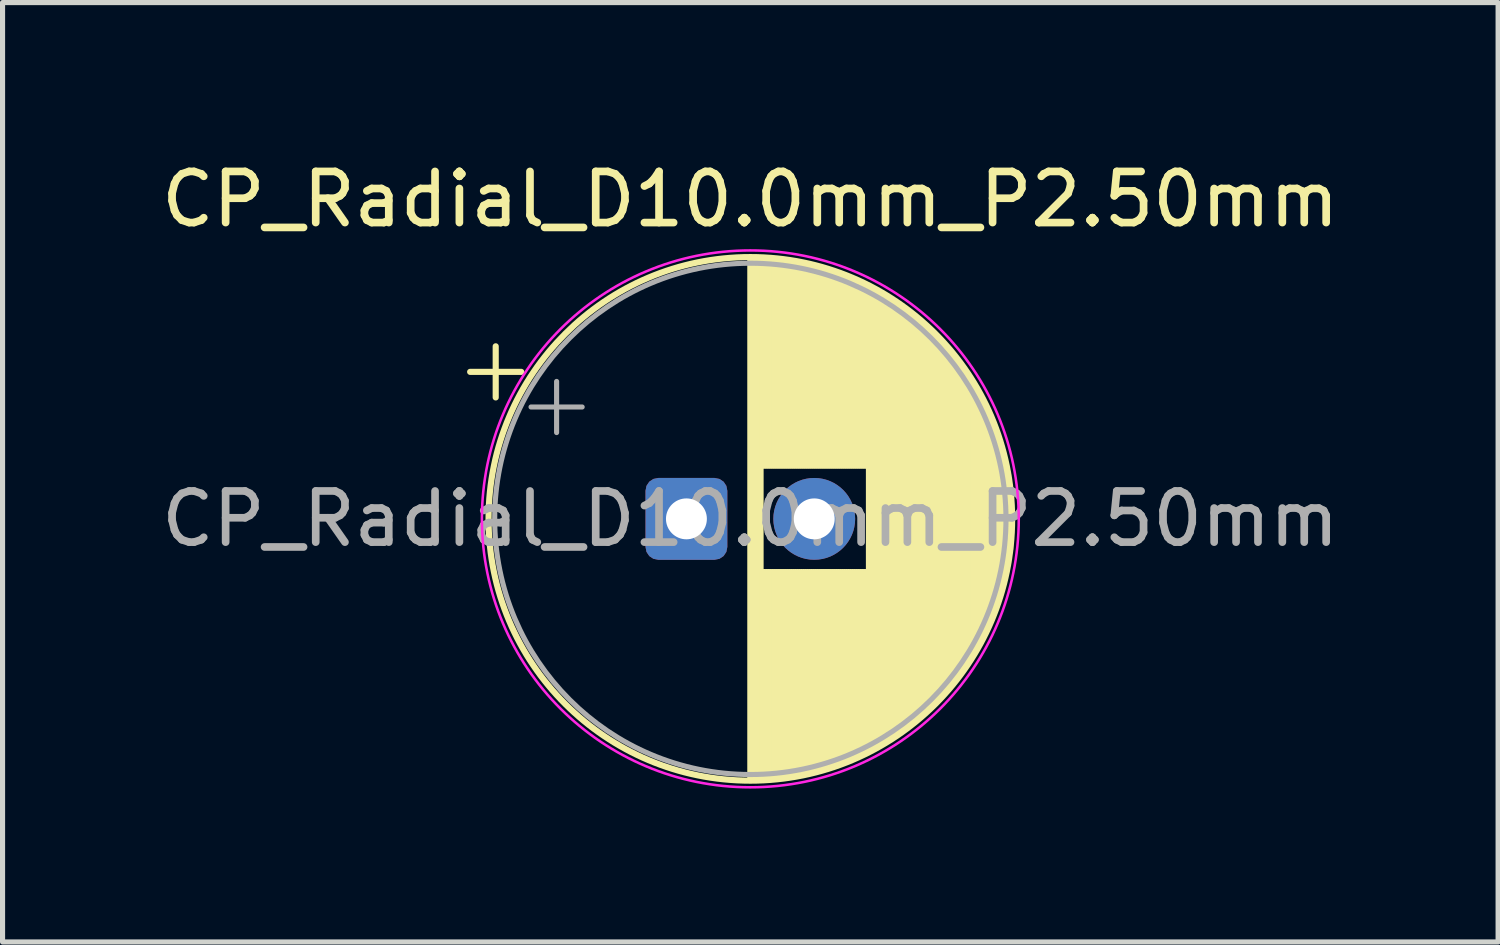
<source format=kicad_pcb>
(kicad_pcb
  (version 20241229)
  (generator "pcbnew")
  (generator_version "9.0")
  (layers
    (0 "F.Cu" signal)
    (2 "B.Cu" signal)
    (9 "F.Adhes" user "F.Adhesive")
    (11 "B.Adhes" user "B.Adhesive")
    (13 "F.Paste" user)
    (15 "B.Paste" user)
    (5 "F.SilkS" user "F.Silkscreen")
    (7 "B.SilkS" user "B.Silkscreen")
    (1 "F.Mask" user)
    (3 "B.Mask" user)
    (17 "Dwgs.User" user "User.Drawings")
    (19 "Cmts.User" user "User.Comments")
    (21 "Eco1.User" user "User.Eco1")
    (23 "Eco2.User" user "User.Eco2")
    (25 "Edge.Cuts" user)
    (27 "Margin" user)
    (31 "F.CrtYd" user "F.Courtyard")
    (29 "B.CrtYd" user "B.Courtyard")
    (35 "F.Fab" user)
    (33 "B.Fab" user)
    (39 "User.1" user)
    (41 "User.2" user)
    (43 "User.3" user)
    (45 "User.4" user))
  (footprint "CP_Radial_D10.0mm_P2.50mm"
    (layer "F.Cu")
    (at 10.375 7.098)
    (property "Reference" "CP_Radial_D10.0mm_P2.50mm" (at 1.25 -6.25 0) (layer "F.SilkS") (effects (font (size 1 1) (thickness 0.15))))
    (attr through_hole)
    (fp_line (start -4.23 -2.875) (end -3.23 -2.875) (stroke (width 0.12) (type solid)) (layer "F.SilkS"))
    (fp_line (start -3.73 -3.375) (end -3.73 -2.375) (stroke (width 0.12) (type solid)) (layer "F.SilkS"))
    (fp_line (start 1.25 -5.08) (end 1.25 5.08) (stroke (width 0.12) (type solid)) (layer "F.SilkS"))
    (fp_line (start 1.29 -5.08) (end 1.29 5.08) (stroke (width 0.12) (type solid)) (layer "F.SilkS"))
    (fp_line (start 1.33 -5.079) (end 1.33 5.079) (stroke (width 0.12) (type solid)) (layer "F.SilkS"))
    (fp_line (start 1.37 -5.079) (end 1.37 5.079) (stroke (width 0.12) (type solid)) (layer "F.SilkS"))
    (fp_line (start 1.41 -5.077) (end 1.41 5.077) (stroke (width 0.12) (type solid)) (layer "F.SilkS"))
    (fp_line (start 1.45 -5.076) (end 1.45 5.076) (stroke (width 0.12) (type solid)) (layer "F.SilkS"))
    (fp_line (start 1.49 -5.074) (end 1.49 -1.04) (stroke (width 0.12) (type solid)) (layer "F.SilkS"))
    (fp_line (start 1.49 1.04) (end 1.49 5.074) (stroke (width 0.12) (type solid)) (layer "F.SilkS"))
    (fp_line (start 1.53 -5.072) (end 1.53 -1.04) (stroke (width 0.12) (type solid)) (layer "F.SilkS"))
    (fp_line (start 1.53 1.04) (end 1.53 5.072) (stroke (width 0.12) (type solid)) (layer "F.SilkS"))
    (fp_line (start 1.57 -5.07) (end 1.57 -1.04) (stroke (width 0.12) (type solid)) (layer "F.SilkS"))
    (fp_line (start 1.57 1.04) (end 1.57 5.07) (stroke (width 0.12) (type solid)) (layer "F.SilkS"))
    (fp_line (start 1.61 -5.067) (end 1.61 -1.04) (stroke (width 0.12) (type solid)) (layer "F.SilkS"))
    (fp_line (start 1.61 1.04) (end 1.61 5.067) (stroke (width 0.12) (type solid)) (layer "F.SilkS"))
    (fp_line (start 1.65 -5.064) (end 1.65 -1.04) (stroke (width 0.12) (type solid)) (layer "F.SilkS"))
    (fp_line (start 1.65 1.04) (end 1.65 5.064) (stroke (width 0.12) (type solid)) (layer "F.SilkS"))
    (fp_line (start 1.69 -5.061) (end 1.69 -1.04) (stroke (width 0.12) (type solid)) (layer "F.SilkS"))
    (fp_line (start 1.69 1.04) (end 1.69 5.061) (stroke (width 0.12) (type solid)) (layer "F.SilkS"))
    (fp_line (start 1.73 -5.057) (end 1.73 -1.04) (stroke (width 0.12) (type solid)) (layer "F.SilkS"))
    (fp_line (start 1.73 1.04) (end 1.73 5.057) (stroke (width 0.12) (type solid)) (layer "F.SilkS"))
    (fp_line (start 1.77 -5.054) (end 1.77 -1.04) (stroke (width 0.12) (type solid)) (layer "F.SilkS"))
    (fp_line (start 1.77 1.04) (end 1.77 5.054) (stroke (width 0.12) (type solid)) (layer "F.SilkS"))
    (fp_line (start 1.81 -5.049) (end 1.81 -1.04) (stroke (width 0.12) (type solid)) (layer "F.SilkS"))
    (fp_line (start 1.81 1.04) (end 1.81 5.049) (stroke (width 0.12) (type solid)) (layer "F.SilkS"))
    (fp_line (start 1.85 -5.045) (end 1.85 -1.04) (stroke (width 0.12) (type solid)) (layer "F.SilkS"))
    (fp_line (start 1.85 1.04) (end 1.85 5.045) (stroke (width 0.12) (type solid)) (layer "F.SilkS"))
    (fp_line (start 1.89 -5.04) (end 1.89 -1.04) (stroke (width 0.12) (type solid)) (layer "F.SilkS"))
    (fp_line (start 1.89 1.04) (end 1.89 5.04) (stroke (width 0.12) (type solid)) (layer "F.SilkS"))
    (fp_line (start 1.93 -5.035) (end 1.93 -1.04) (stroke (width 0.12) (type solid)) (layer "F.SilkS"))
    (fp_line (start 1.93 1.04) (end 1.93 5.035) (stroke (width 0.12) (type solid)) (layer "F.SilkS"))
    (fp_line (start 1.97 -5.029) (end 1.97 -1.04) (stroke (width 0.12) (type solid)) (layer "F.SilkS"))
    (fp_line (start 1.97 1.04) (end 1.97 5.029) (stroke (width 0.12) (type solid)) (layer "F.SilkS"))
    (fp_line (start 2.01 -5.023) (end 2.01 -1.04) (stroke (width 0.12) (type solid)) (layer "F.SilkS"))
    (fp_line (start 2.01 1.04) (end 2.01 5.023) (stroke (width 0.12) (type solid)) (layer "F.SilkS"))
    (fp_line (start 2.05 -5.017) (end 2.05 -1.04) (stroke (width 0.12) (type solid)) (layer "F.SilkS"))
    (fp_line (start 2.05 1.04) (end 2.05 5.017) (stroke (width 0.12) (type solid)) (layer "F.SilkS"))
    (fp_line (start 2.09 -5.011) (end 2.09 -1.04) (stroke (width 0.12) (type solid)) (layer "F.SilkS"))
    (fp_line (start 2.09 1.04) (end 2.09 5.011) (stroke (width 0.12) (type solid)) (layer "F.SilkS"))
    (fp_line (start 2.13 -5.004) (end 2.13 -1.04) (stroke (width 0.12) (type solid)) (layer "F.SilkS"))
    (fp_line (start 2.13 1.04) (end 2.13 5.004) (stroke (width 0.12) (type solid)) (layer "F.SilkS"))
    (fp_line (start 2.17 -4.997) (end 2.17 -1.04) (stroke (width 0.12) (type solid)) (layer "F.SilkS"))
    (fp_line (start 2.17 1.04) (end 2.17 4.997) (stroke (width 0.12) (type solid)) (layer "F.SilkS"))
    (fp_line (start 2.21 -4.989) (end 2.21 -1.04) (stroke (width 0.12) (type solid)) (layer "F.SilkS"))
    (fp_line (start 2.21 1.04) (end 2.21 4.989) (stroke (width 0.12) (type solid)) (layer "F.SilkS"))
    (fp_line (start 2.25 -4.981) (end 2.25 -1.04) (stroke (width 0.12) (type solid)) (layer "F.SilkS"))
    (fp_line (start 2.25 1.04) (end 2.25 4.981) (stroke (width 0.12) (type solid)) (layer "F.SilkS"))
    (fp_line (start 2.29 -4.973) (end 2.29 -1.04) (stroke (width 0.12) (type solid)) (layer "F.SilkS"))
    (fp_line (start 2.29 1.04) (end 2.29 4.973) (stroke (width 0.12) (type solid)) (layer "F.SilkS"))
    (fp_line (start 2.33 -4.965) (end 2.33 -1.04) (stroke (width 0.12) (type solid)) (layer "F.SilkS"))
    (fp_line (start 2.33 1.04) (end 2.33 4.965) (stroke (width 0.12) (type solid)) (layer "F.SilkS"))
    (fp_line (start 2.37 -4.956) (end 2.37 -1.04) (stroke (width 0.12) (type solid)) (layer "F.SilkS"))
    (fp_line (start 2.37 1.04) (end 2.37 4.956) (stroke (width 0.12) (type solid)) (layer "F.SilkS"))
    (fp_line (start 2.41 -4.947) (end 2.41 -1.04) (stroke (width 0.12) (type solid)) (layer "F.SilkS"))
    (fp_line (start 2.41 1.04) (end 2.41 4.947) (stroke (width 0.12) (type solid)) (layer "F.SilkS"))
    (fp_line (start 2.45 -4.937) (end 2.45 -1.04) (stroke (width 0.12) (type solid)) (layer "F.SilkS"))
    (fp_line (start 2.45 1.04) (end 2.45 4.937) (stroke (width 0.12) (type solid)) (layer "F.SilkS"))
    (fp_line (start 2.49 -4.928) (end 2.49 -1.04) (stroke (width 0.12) (type solid)) (layer "F.SilkS"))
    (fp_line (start 2.49 1.04) (end 2.49 4.928) (stroke (width 0.12) (type solid)) (layer "F.SilkS"))
    (fp_line (start 2.53 -4.917) (end 2.53 -1.04) (stroke (width 0.12) (type solid)) (layer "F.SilkS"))
    (fp_line (start 2.53 1.04) (end 2.53 4.917) (stroke (width 0.12) (type solid)) (layer "F.SilkS"))
    (fp_line (start 2.57 -4.907) (end 2.57 -1.04) (stroke (width 0.12) (type solid)) (layer "F.SilkS"))
    (fp_line (start 2.57 1.04) (end 2.57 4.907) (stroke (width 0.12) (type solid)) (layer "F.SilkS"))
    (fp_line (start 2.61 -4.896) (end 2.61 -1.04) (stroke (width 0.12) (type solid)) (layer "F.SilkS"))
    (fp_line (start 2.61 1.04) (end 2.61 4.896) (stroke (width 0.12) (type solid)) (layer "F.SilkS"))
    (fp_line (start 2.65 -4.885) (end 2.65 -1.04) (stroke (width 0.12) (type solid)) (layer "F.SilkS"))
    (fp_line (start 2.65 1.04) (end 2.65 4.885) (stroke (width 0.12) (type solid)) (layer "F.SilkS"))
    (fp_line (start 2.69 -4.873) (end 2.69 -1.04) (stroke (width 0.12) (type solid)) (layer "F.SilkS"))
    (fp_line (start 2.69 1.04) (end 2.69 4.873) (stroke (width 0.12) (type solid)) (layer "F.SilkS"))
    (fp_line (start 2.73 -4.861) (end 2.73 -1.04) (stroke (width 0.12) (type solid)) (layer "F.SilkS"))
    (fp_line (start 2.73 1.04) (end 2.73 4.861) (stroke (width 0.12) (type solid)) (layer "F.SilkS"))
    (fp_line (start 2.77 -4.849) (end 2.77 -1.04) (stroke (width 0.12) (type solid)) (layer "F.SilkS"))
    (fp_line (start 2.77 1.04) (end 2.77 4.849) (stroke (width 0.12) (type solid)) (layer "F.SilkS"))
    (fp_line (start 2.81 -4.837) (end 2.81 -1.04) (stroke (width 0.12) (type solid)) (layer "F.SilkS"))
    (fp_line (start 2.81 1.04) (end 2.81 4.837) (stroke (width 0.12) (type solid)) (layer "F.SilkS"))
    (fp_line (start 2.85 -4.824) (end 2.85 -1.04) (stroke (width 0.12) (type solid)) (layer "F.SilkS"))
    (fp_line (start 2.85 1.04) (end 2.85 4.824) (stroke (width 0.12) (type solid)) (layer "F.SilkS"))
    (fp_line (start 2.89 -4.81) (end 2.89 -1.04) (stroke (width 0.12) (type solid)) (layer "F.SilkS"))
    (fp_line (start 2.89 1.04) (end 2.89 4.81) (stroke (width 0.12) (type solid)) (layer "F.SilkS"))
    (fp_line (start 2.93 -4.797) (end 2.93 -1.04) (stroke (width 0.12) (type solid)) (layer "F.SilkS"))
    (fp_line (start 2.93 1.04) (end 2.93 4.797) (stroke (width 0.12) (type solid)) (layer "F.SilkS"))
    (fp_line (start 2.97 -4.782) (end 2.97 -1.04) (stroke (width 0.12) (type solid)) (layer "F.SilkS"))
    (fp_line (start 2.97 1.04) (end 2.97 4.782) (stroke (width 0.12) (type solid)) (layer "F.SilkS"))
    (fp_line (start 3.01 -4.768) (end 3.01 -1.04) (stroke (width 0.12) (type solid)) (layer "F.SilkS"))
    (fp_line (start 3.01 1.04) (end 3.01 4.768) (stroke (width 0.12) (type solid)) (layer "F.SilkS"))
    (fp_line (start 3.05 -4.753) (end 3.05 -1.04) (stroke (width 0.12) (type solid)) (layer "F.SilkS"))
    (fp_line (start 3.05 1.04) (end 3.05 4.753) (stroke (width 0.12) (type solid)) (layer "F.SilkS"))
    (fp_line (start 3.09 -4.738) (end 3.09 -1.04) (stroke (width 0.12) (type solid)) (layer "F.SilkS"))
    (fp_line (start 3.09 1.04) (end 3.09 4.738) (stroke (width 0.12) (type solid)) (layer "F.SilkS"))
    (fp_line (start 3.13 -4.722) (end 3.13 -1.04) (stroke (width 0.12) (type solid)) (layer "F.SilkS"))
    (fp_line (start 3.13 1.04) (end 3.13 4.722) (stroke (width 0.12) (type solid)) (layer "F.SilkS"))
    (fp_line (start 3.17 -4.706) (end 3.17 -1.04) (stroke (width 0.12) (type solid)) (layer "F.SilkS"))
    (fp_line (start 3.17 1.04) (end 3.17 4.706) (stroke (width 0.12) (type solid)) (layer "F.SilkS"))
    (fp_line (start 3.21 -4.69) (end 3.21 -1.04) (stroke (width 0.12) (type solid)) (layer "F.SilkS"))
    (fp_line (start 3.21 1.04) (end 3.21 4.69) (stroke (width 0.12) (type solid)) (layer "F.SilkS"))
    (fp_line (start 3.25 -4.673) (end 3.25 -1.04) (stroke (width 0.12) (type solid)) (layer "F.SilkS"))
    (fp_line (start 3.25 1.04) (end 3.25 4.673) (stroke (width 0.12) (type solid)) (layer "F.SilkS"))
    (fp_line (start 3.29 -4.656) (end 3.29 -1.04) (stroke (width 0.12) (type solid)) (layer "F.SilkS"))
    (fp_line (start 3.29 1.04) (end 3.29 4.656) (stroke (width 0.12) (type solid)) (layer "F.SilkS"))
    (fp_line (start 3.33 -4.638) (end 3.33 -1.04) (stroke (width 0.12) (type solid)) (layer "F.SilkS"))
    (fp_line (start 3.33 1.04) (end 3.33 4.638) (stroke (width 0.12) (type solid)) (layer "F.SilkS"))
    (fp_line (start 3.37 -4.62) (end 3.37 -1.04) (stroke (width 0.12) (type solid)) (layer "F.SilkS"))
    (fp_line (start 3.37 1.04) (end 3.37 4.62) (stroke (width 0.12) (type solid)) (layer "F.SilkS"))
    (fp_line (start 3.41 -4.602) (end 3.41 -1.04) (stroke (width 0.12) (type solid)) (layer "F.SilkS"))
    (fp_line (start 3.41 1.04) (end 3.41 4.602) (stroke (width 0.12) (type solid)) (layer "F.SilkS"))
    (fp_line (start 3.45 -4.583) (end 3.45 -1.04) (stroke (width 0.12) (type solid)) (layer "F.SilkS"))
    (fp_line (start 3.45 1.04) (end 3.45 4.583) (stroke (width 0.12) (type solid)) (layer "F.SilkS"))
    (fp_line (start 3.49 -4.564) (end 3.49 -1.04) (stroke (width 0.12) (type solid)) (layer "F.SilkS"))
    (fp_line (start 3.49 1.04) (end 3.49 4.564) (stroke (width 0.12) (type solid)) (layer "F.SilkS"))
    (fp_line (start 3.53 -4.544) (end 3.53 -1.04) (stroke (width 0.12) (type solid)) (layer "F.SilkS"))
    (fp_line (start 3.53 1.04) (end 3.53 4.544) (stroke (width 0.12) (type solid)) (layer "F.SilkS"))
    (fp_line (start 3.57 -4.524) (end 3.57 4.524) (stroke (width 0.12) (type solid)) (layer "F.SilkS"))
    (fp_line (start 3.61 -4.504) (end 3.61 4.504) (stroke (width 0.12) (type solid)) (layer "F.SilkS"))
    (fp_line (start 3.65 -4.483) (end 3.65 4.483) (stroke (width 0.12) (type solid)) (layer "F.SilkS"))
    (fp_line (start 3.69 -4.461) (end 3.69 4.461) (stroke (width 0.12) (type solid)) (layer "F.SilkS"))
    (fp_line (start 3.73 -4.439) (end 3.73 4.439) (stroke (width 0.12) (type solid)) (layer "F.SilkS"))
    (fp_line (start 3.77 -4.417) (end 3.77 4.417) (stroke (width 0.12) (type solid)) (layer "F.SilkS"))
    (fp_line (start 3.81 -4.394) (end 3.81 4.394) (stroke (width 0.12) (type solid)) (layer "F.SilkS"))
    (fp_line (start 3.85 -4.371) (end 3.85 4.371) (stroke (width 0.12) (type solid)) (layer "F.SilkS"))
    (fp_line (start 3.89 -4.347) (end 3.89 4.347) (stroke (width 0.12) (type solid)) (layer "F.SilkS"))
    (fp_line (start 3.93 -4.323) (end 3.93 4.323) (stroke (width 0.12) (type solid)) (layer "F.SilkS"))
    (fp_line (start 3.97 -4.298) (end 3.97 4.298) (stroke (width 0.12) (type solid)) (layer "F.SilkS"))
    (fp_line (start 4.01 -4.272) (end 4.01 4.272) (stroke (width 0.12) (type solid)) (layer "F.SilkS"))
    (fp_line (start 4.05 -4.247) (end 4.05 4.247) (stroke (width 0.12) (type solid)) (layer "F.SilkS"))
    (fp_line (start 4.09 -4.22) (end 4.09 4.22) (stroke (width 0.12) (type solid)) (layer "F.SilkS"))
    (fp_line (start 4.13 -4.193) (end 4.13 4.193) (stroke (width 0.12) (type solid)) (layer "F.SilkS"))
    (fp_line (start 4.17 -4.166) (end 4.17 4.166) (stroke (width 0.12) (type solid)) (layer "F.SilkS"))
    (fp_line (start 4.21 -4.138) (end 4.21 4.138) (stroke (width 0.12) (type solid)) (layer "F.SilkS"))
    (fp_line (start 4.25 -4.109) (end 4.25 4.109) (stroke (width 0.12) (type solid)) (layer "F.SilkS"))
    (fp_line (start 4.29 -4.08) (end 4.29 4.08) (stroke (width 0.12) (type solid)) (layer "F.SilkS"))
    (fp_line (start 4.33 -4.05) (end 4.33 4.05) (stroke (width 0.12) (type solid)) (layer "F.SilkS"))
    (fp_line (start 4.37 -4.02) (end 4.37 4.02) (stroke (width 0.12) (type solid)) (layer "F.SilkS"))
    (fp_line (start 4.41 -3.988) (end 4.41 3.988) (stroke (width 0.12) (type solid)) (layer "F.SilkS"))
    (fp_line (start 4.45 -3.957) (end 4.45 3.957) (stroke (width 0.12) (type solid)) (layer "F.SilkS"))
    (fp_line (start 4.49 -3.924) (end 4.49 3.924) (stroke (width 0.12) (type solid)) (layer "F.SilkS"))
    (fp_line (start 4.53 -3.891) (end 4.53 3.891) (stroke (width 0.12) (type solid)) (layer "F.SilkS"))
    (fp_line (start 4.57 -3.858) (end 4.57 3.858) (stroke (width 0.12) (type solid)) (layer "F.SilkS"))
    (fp_line (start 4.61 -3.823) (end 4.61 3.823) (stroke (width 0.12) (type solid)) (layer "F.SilkS"))
    (fp_line (start 4.65 -3.788) (end 4.65 3.788) (stroke (width 0.12) (type solid)) (layer "F.SilkS"))
    (fp_line (start 4.69 -3.752) (end 4.69 3.752) (stroke (width 0.12) (type solid)) (layer "F.SilkS"))
    (fp_line (start 4.73 -3.716) (end 4.73 3.716) (stroke (width 0.12) (type solid)) (layer "F.SilkS"))
    (fp_line (start 4.77 -3.678) (end 4.77 3.678) (stroke (width 0.12) (type solid)) (layer "F.SilkS"))
    (fp_line (start 4.81 -3.64) (end 4.81 3.64) (stroke (width 0.12) (type solid)) (layer "F.SilkS"))
    (fp_line (start 4.85 -3.601) (end 4.85 3.601) (stroke (width 0.12) (type solid)) (layer "F.SilkS"))
    (fp_line (start 4.89 -3.561) (end 4.89 3.561) (stroke (width 0.12) (type solid)) (layer "F.SilkS"))
    (fp_line (start 4.93 -3.52) (end 4.93 3.52) (stroke (width 0.12) (type solid)) (layer "F.SilkS"))
    (fp_line (start 4.97 -3.478) (end 4.97 3.478) (stroke (width 0.12) (type solid)) (layer "F.SilkS"))
    (fp_line (start 5.01 -3.435) (end 5.01 3.435) (stroke (width 0.12) (type solid)) (layer "F.SilkS"))
    (fp_line (start 5.05 -3.391) (end 5.05 3.391) (stroke (width 0.12) (type solid)) (layer "F.SilkS"))
    (fp_line (start 5.09 -3.347) (end 5.09 3.347) (stroke (width 0.12) (type solid)) (layer "F.SilkS"))
    (fp_line (start 5.13 -3.301) (end 5.13 3.301) (stroke (width 0.12) (type solid)) (layer "F.SilkS"))
    (fp_line (start 5.17 -3.254) (end 5.17 3.254) (stroke (width 0.12) (type solid)) (layer "F.SilkS"))
    (fp_line (start 5.21 -3.205) (end 5.21 3.205) (stroke (width 0.12) (type solid)) (layer "F.SilkS"))
    (fp_line (start 5.25 -3.156) (end 5.25 3.156) (stroke (width 0.12) (type solid)) (layer "F.SilkS"))
    (fp_line (start 5.29 -3.105) (end 5.29 3.105) (stroke (width 0.12) (type solid)) (layer "F.SilkS"))
    (fp_line (start 5.33 -3.053) (end 5.33 3.053) (stroke (width 0.12) (type solid)) (layer "F.SilkS"))
    (fp_line (start 5.37 -3) (end 5.37 3) (stroke (width 0.12) (type solid)) (layer "F.SilkS"))
    (fp_line (start 5.41 -2.945) (end 5.41 2.945) (stroke (width 0.12) (type solid)) (layer "F.SilkS"))
    (fp_line (start 5.45 -2.888) (end 5.45 2.888) (stroke (width 0.12) (type solid)) (layer "F.SilkS"))
    (fp_line (start 5.49 -2.83) (end 5.49 2.83) (stroke (width 0.12) (type solid)) (layer "F.SilkS"))
    (fp_line (start 5.53 -2.77) (end 5.53 2.77) (stroke (width 0.12) (type solid)) (layer "F.SilkS"))
    (fp_line (start 5.57 -2.708) (end 5.57 2.708) (stroke (width 0.12) (type solid)) (layer "F.SilkS"))
    (fp_line (start 5.61 -2.644) (end 5.61 2.644) (stroke (width 0.12) (type solid)) (layer "F.SilkS"))
    (fp_line (start 5.65 -2.578) (end 5.65 2.578) (stroke (width 0.12) (type solid)) (layer "F.SilkS"))
    (fp_line (start 5.69 -2.51) (end 5.69 2.51) (stroke (width 0.12) (type solid)) (layer "F.SilkS"))
    (fp_line (start 5.73 -2.439) (end 5.73 2.439) (stroke (width 0.12) (type solid)) (layer "F.SilkS"))
    (fp_line (start 5.77 -2.365) (end 5.77 2.365) (stroke (width 0.12) (type solid)) (layer "F.SilkS"))
    (fp_line (start 5.81 -2.288) (end 5.81 2.288) (stroke (width 0.12) (type solid)) (layer "F.SilkS"))
    (fp_line (start 5.85 -2.208) (end 5.85 2.208) (stroke (width 0.12) (type solid)) (layer "F.SilkS"))
    (fp_line (start 5.89 -2.124) (end 5.89 2.124) (stroke (width 0.12) (type solid)) (layer "F.SilkS"))
    (fp_line (start 5.93 -2.037) (end 5.93 2.037) (stroke (width 0.12) (type solid)) (layer "F.SilkS"))
    (fp_line (start 5.97 -1.944) (end 5.97 1.944) (stroke (width 0.12) (type solid)) (layer "F.SilkS"))
    (fp_line (start 6.01 -1.846) (end 6.01 1.846) (stroke (width 0.12) (type solid)) (layer "F.SilkS"))
    (fp_line (start 6.05 -1.742) (end 6.05 1.742) (stroke (width 0.12) (type solid)) (layer "F.SilkS"))
    (fp_line (start 6.09 -1.63) (end 6.09 1.63) (stroke (width 0.12) (type solid)) (layer "F.SilkS"))
    (fp_line (start 6.13 -1.509) (end 6.13 1.509) (stroke (width 0.12) (type solid)) (layer "F.SilkS"))
    (fp_line (start 6.17 -1.377) (end 6.17 1.377) (stroke (width 0.12) (type solid)) (layer "F.SilkS"))
    (fp_line (start 6.21 -1.23) (end 6.21 1.23) (stroke (width 0.12) (type solid)) (layer "F.SilkS"))
    (fp_line (start 6.25 -1.062) (end 6.25 1.062) (stroke (width 0.12) (type solid)) (layer "F.SilkS"))
    (fp_line (start 6.29 -0.862) (end 6.29 0.862) (stroke (width 0.12) (type solid)) (layer "F.SilkS"))
    (fp_line (start 6.33 -0.599) (end 6.33 0.599) (stroke (width 0.12) (type solid)) (layer "F.SilkS"))
    (fp_circle (center 1.25 0) (end 6.37 0) (stroke (width 0.12) (type solid)) (fill no) (layer "F.SilkS"))
    (fp_circle (center 1.25 0) (end 6.5 0) (stroke (width 0.05) (type solid)) (fill no) (layer "F.CrtYd"))
    (fp_line (start -3.039 -2.188) (end -2.039 -2.188) (stroke (width 0.1) (type solid)) (layer "F.Fab"))
    (fp_line (start -2.539 -2.688) (end -2.539 -1.688) (stroke (width 0.1) (type solid)) (layer "F.Fab"))
    (fp_circle (center 1.25 0) (end 6.25 0) (stroke (width 0.1) (type solid)) (fill no) (layer "F.Fab"))
    (fp_text user "${REFERENCE}" (at 1.25 0 0) (layer "F.Fab") (effects (font (size 1 1) (thickness 0.15))))
    (pad "1" thru_hole roundrect (at 0 0) (size 1.6 1.6) (drill 0.8) (layers "*.Cu" "*.Mask") (roundrect_rratio 0.156))
    (pad "2" thru_hole circle (at 2.5 0) (size 1.6 1.6) (drill 0.8) (layers "*.Cu" "*.Mask")))
  (gr_rect
    (start -3 -3)
    (end 26.25 15.373)
    (stroke (width 0.1) (type default))
    (fill no)
    (layer "Edge.Cuts")))
</source>
